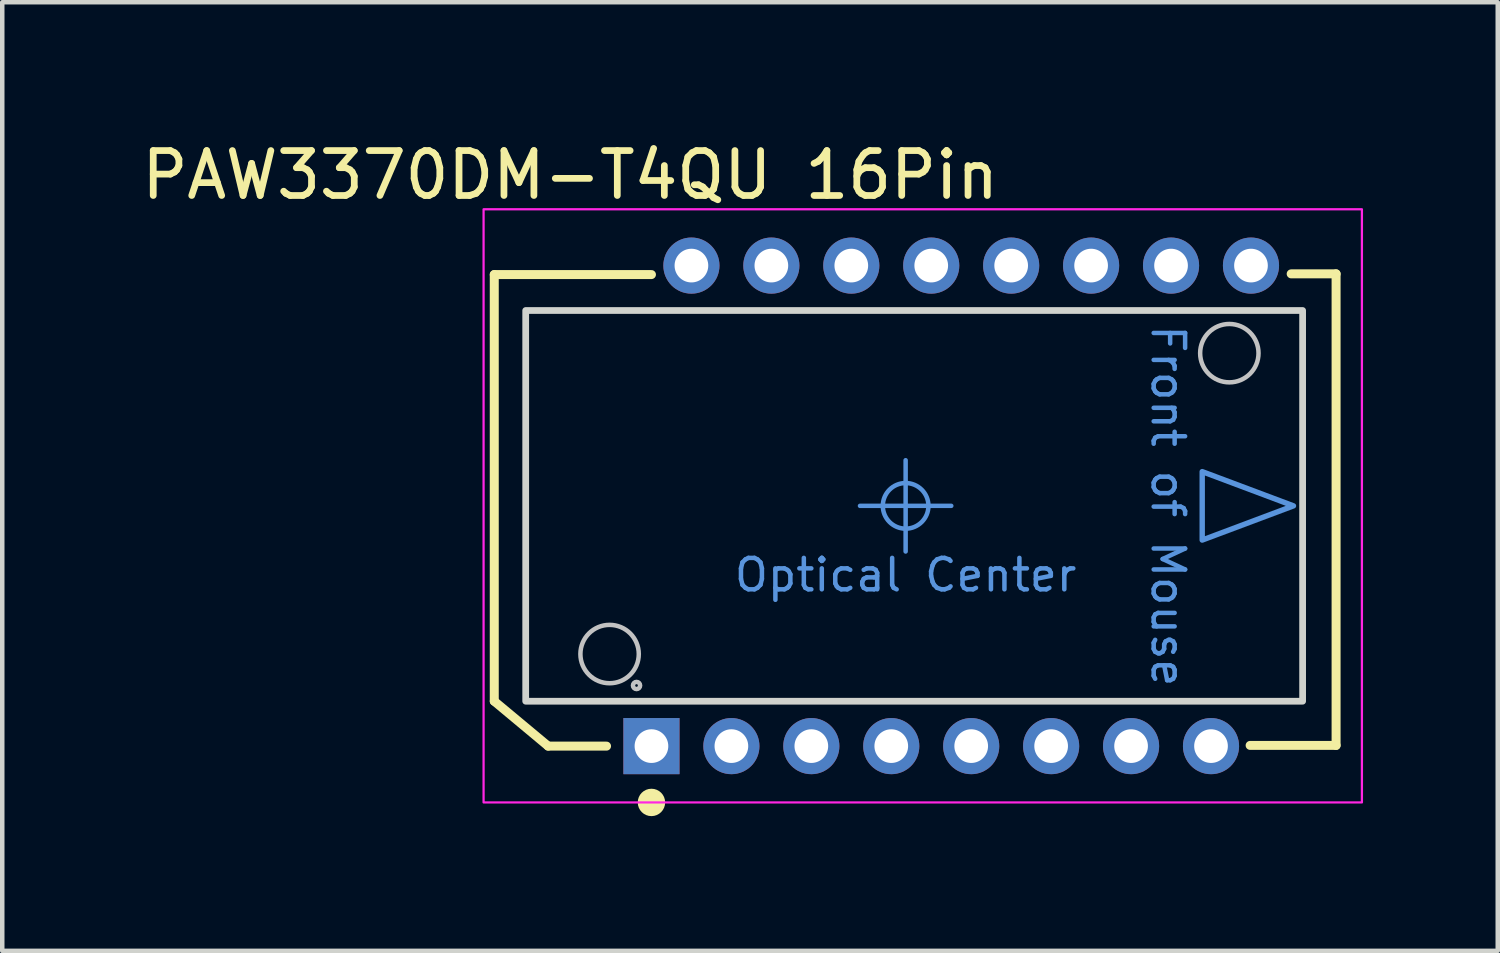
<source format=kicad_pcb>
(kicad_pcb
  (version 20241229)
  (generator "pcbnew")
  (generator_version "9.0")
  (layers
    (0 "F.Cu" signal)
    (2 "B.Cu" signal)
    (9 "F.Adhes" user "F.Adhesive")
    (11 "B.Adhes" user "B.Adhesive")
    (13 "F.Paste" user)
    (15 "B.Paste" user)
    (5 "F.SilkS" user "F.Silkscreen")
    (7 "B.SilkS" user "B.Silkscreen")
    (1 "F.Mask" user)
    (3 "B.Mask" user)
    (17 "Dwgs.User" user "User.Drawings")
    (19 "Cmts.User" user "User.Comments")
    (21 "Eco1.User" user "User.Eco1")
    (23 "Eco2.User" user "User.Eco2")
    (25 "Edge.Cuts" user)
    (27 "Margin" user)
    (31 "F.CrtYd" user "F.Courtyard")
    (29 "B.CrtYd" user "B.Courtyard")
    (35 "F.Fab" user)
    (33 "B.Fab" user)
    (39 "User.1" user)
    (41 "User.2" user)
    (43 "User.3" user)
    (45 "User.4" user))
  (footprint "PAW3370DM-T4QU 16Pin"
    (layer "F.Cu")
    (at 17.624 8.214)
    (property "Reference" "PAW3370DM-T4QU 16Pin" (at -7.976 -7.366 0) (layer "F.SilkS") (effects (font (size 1 1) (thickness 0.15))))
    (attr through_hole)
    (fp_line (start -9.668 -5.15) (end -6.168 -5.15) (stroke (width 0.2) (type solid)) (layer "F.SilkS"))
    (fp_line (start -9.668 4.35) (end -9.668 -5.15) (stroke (width 0.2) (type solid)) (layer "F.SilkS"))
    (fp_line (start -8.468 5.35) (end -9.668 4.35) (stroke (width 0.2) (type solid)) (layer "F.SilkS"))
    (fp_line (start -7.168 5.35) (end -8.468 5.35) (stroke (width 0.2) (type solid)) (layer "F.SilkS"))
    (fp_line (start 9.077 -5.166) (end 8.077 -5.166) (stroke (width 0.2) (type solid)) (layer "F.SilkS"))
    (fp_line (start 9.077 -5.166) (end 9.077 5.334) (stroke (width 0.2) (type solid)) (layer "F.SilkS"))
    (fp_line (start 9.077 5.334) (end 7.163 5.334) (stroke (width 0.2) (type solid)) (layer "F.SilkS"))
    (fp_circle (center -6.168 6.604) (end -6.168 6.604) (stroke (width 0.61) (type solid)) (fill yes) (layer "F.SilkS"))
    (fp_circle (center -7.1 3.3) (end -6.45 3.3) (stroke (width 0.1) (type default)) (fill no) (layer "Dwgs.User"))
    (fp_circle (center -6.5 4) (end -6.42 4) (stroke (width 0.1) (type solid)) (fill no) (layer "Dwgs.User"))
    (fp_circle (center 6.7 -3.4) (end 7.35 -3.4) (stroke (width 0.1) (type default)) (fill no) (layer "Dwgs.User"))
    (fp_line (start -1.524 0) (end 0.508 0) (stroke (width 0.1) (type solid)) (layer "Cmts.User"))
    (fp_line (start -0.508 -1.016) (end -0.508 1.016) (stroke (width 0.1) (type solid)) (layer "Cmts.User"))
    (fp_circle (center -0.508 0) (end 0 0) (stroke (width 0.1) (type solid)) (fill no) (layer "Cmts.User"))
    (fp_poly (pts (xy 8.128 0) (xy 6.096 0.762) (xy 6.096 -0.762)) (stroke (width 0.12) (type solid)) (fill no) (layer "Cmts.User"))
    (fp_rect (start -8.968 4.35) (end 8.332 -4.35) (stroke (width 0.15) (type solid)) (fill no) (layer "Edge.Cuts"))
    (fp_rect (start -9.906 -6.604) (end 9.652 6.604) (stroke (width 0.05) (type solid)) (fill no) (layer "F.CrtYd"))
    (fp_text user "Front of Mouse" (at 5.334 0 270) (unlocked yes) (layer "Cmts.User") (effects (font (size 0.7 0.7) (thickness 0.1))))
    (fp_text user "Optical Center" (at -0.508 1.54 0) (unlocked yes) (layer "Cmts.User") (effects (font (size 0.7 0.7) (thickness 0.1))))
    (pad "1" thru_hole rect (at -6.168 5.35) (size 1.25 1.25) (drill 0.75) (layers "*.Cu" "*.Mask"))
    (pad "2" thru_hole oval (at -4.388 5.35) (size 1.25 1.25) (drill 0.75) (layers "*.Cu" "*.Mask"))
    (pad "3" thru_hole oval (at -2.608 5.35) (size 1.25 1.25) (drill 0.75) (layers "*.Cu" "*.Mask"))
    (pad "4" thru_hole oval (at -0.828 5.35) (size 1.25 1.25) (drill 0.75) (layers "*.Cu" "*.Mask"))
    (pad "5" thru_hole oval (at 0.952 5.35) (size 1.25 1.25) (drill 0.75) (layers "*.Cu" "*.Mask"))
    (pad "6" thru_hole oval (at 2.732 5.35) (size 1.25 1.25) (drill 0.75) (layers "*.Cu" "*.Mask"))
    (pad "7" thru_hole oval (at 4.512 5.35) (size 1.25 1.25) (drill 0.75) (layers "*.Cu" "*.Mask"))
    (pad "8" thru_hole oval (at 6.292 5.35) (size 1.25 1.25) (drill 0.75) (layers "*.Cu" "*.Mask"))
    (pad "9" thru_hole oval (at 7.182 -5.35) (size 1.25 1.25) (drill 0.75) (layers "*.Cu" "*.Mask"))
    (pad "10" thru_hole oval (at 5.402 -5.35) (size 1.25 1.25) (drill 0.75) (layers "*.Cu" "*.Mask"))
    (pad "11" thru_hole oval (at 3.622 -5.35) (size 1.25 1.25) (drill 0.75) (layers "*.Cu" "*.Mask"))
    (pad "12" thru_hole oval (at 1.842 -5.35) (size 1.25 1.25) (drill 0.75) (layers "*.Cu" "*.Mask"))
    (pad "13" thru_hole oval (at 0.062 -5.35) (size 1.25 1.25) (drill 0.75) (layers "*.Cu" "*.Mask"))
    (pad "14" thru_hole oval (at -1.718 -5.35) (size 1.25 1.25) (drill 0.75) (layers "*.Cu" "*.Mask"))
    (pad "15" thru_hole oval (at -3.498 -5.35) (size 1.25 1.25) (drill 0.75) (layers "*.Cu" "*.Mask"))
    (pad "16" thru_hole oval (at -5.278 -5.35) (size 1.25 1.25) (drill 0.75) (layers "*.Cu" "*.Mask"))
    (zone (net_name "") (layers "F.Cu" "B.Cu" "F.CrtYd") (hatch edge 0.508) (connect_pads) (min_thickness 0.254) (filled_areas_thickness no) (keepout (tracks not_allowed) (vias not_allowed) (pads not_allowed) (copperpour not_allowed) (footprints not_allowed)) (placement (enabled no)) (fill) (polygon (pts (xy 25.956 12.583) (xy 8.633 12.532) (xy 8.633 3.845) (xy 25.956 3.845)))))
  (gr_rect
    (start -3 -3)
    (end 30.301 18.123)
    (stroke (width 0.1) (type default))
    (fill no)
    (layer "Edge.Cuts")))
</source>
